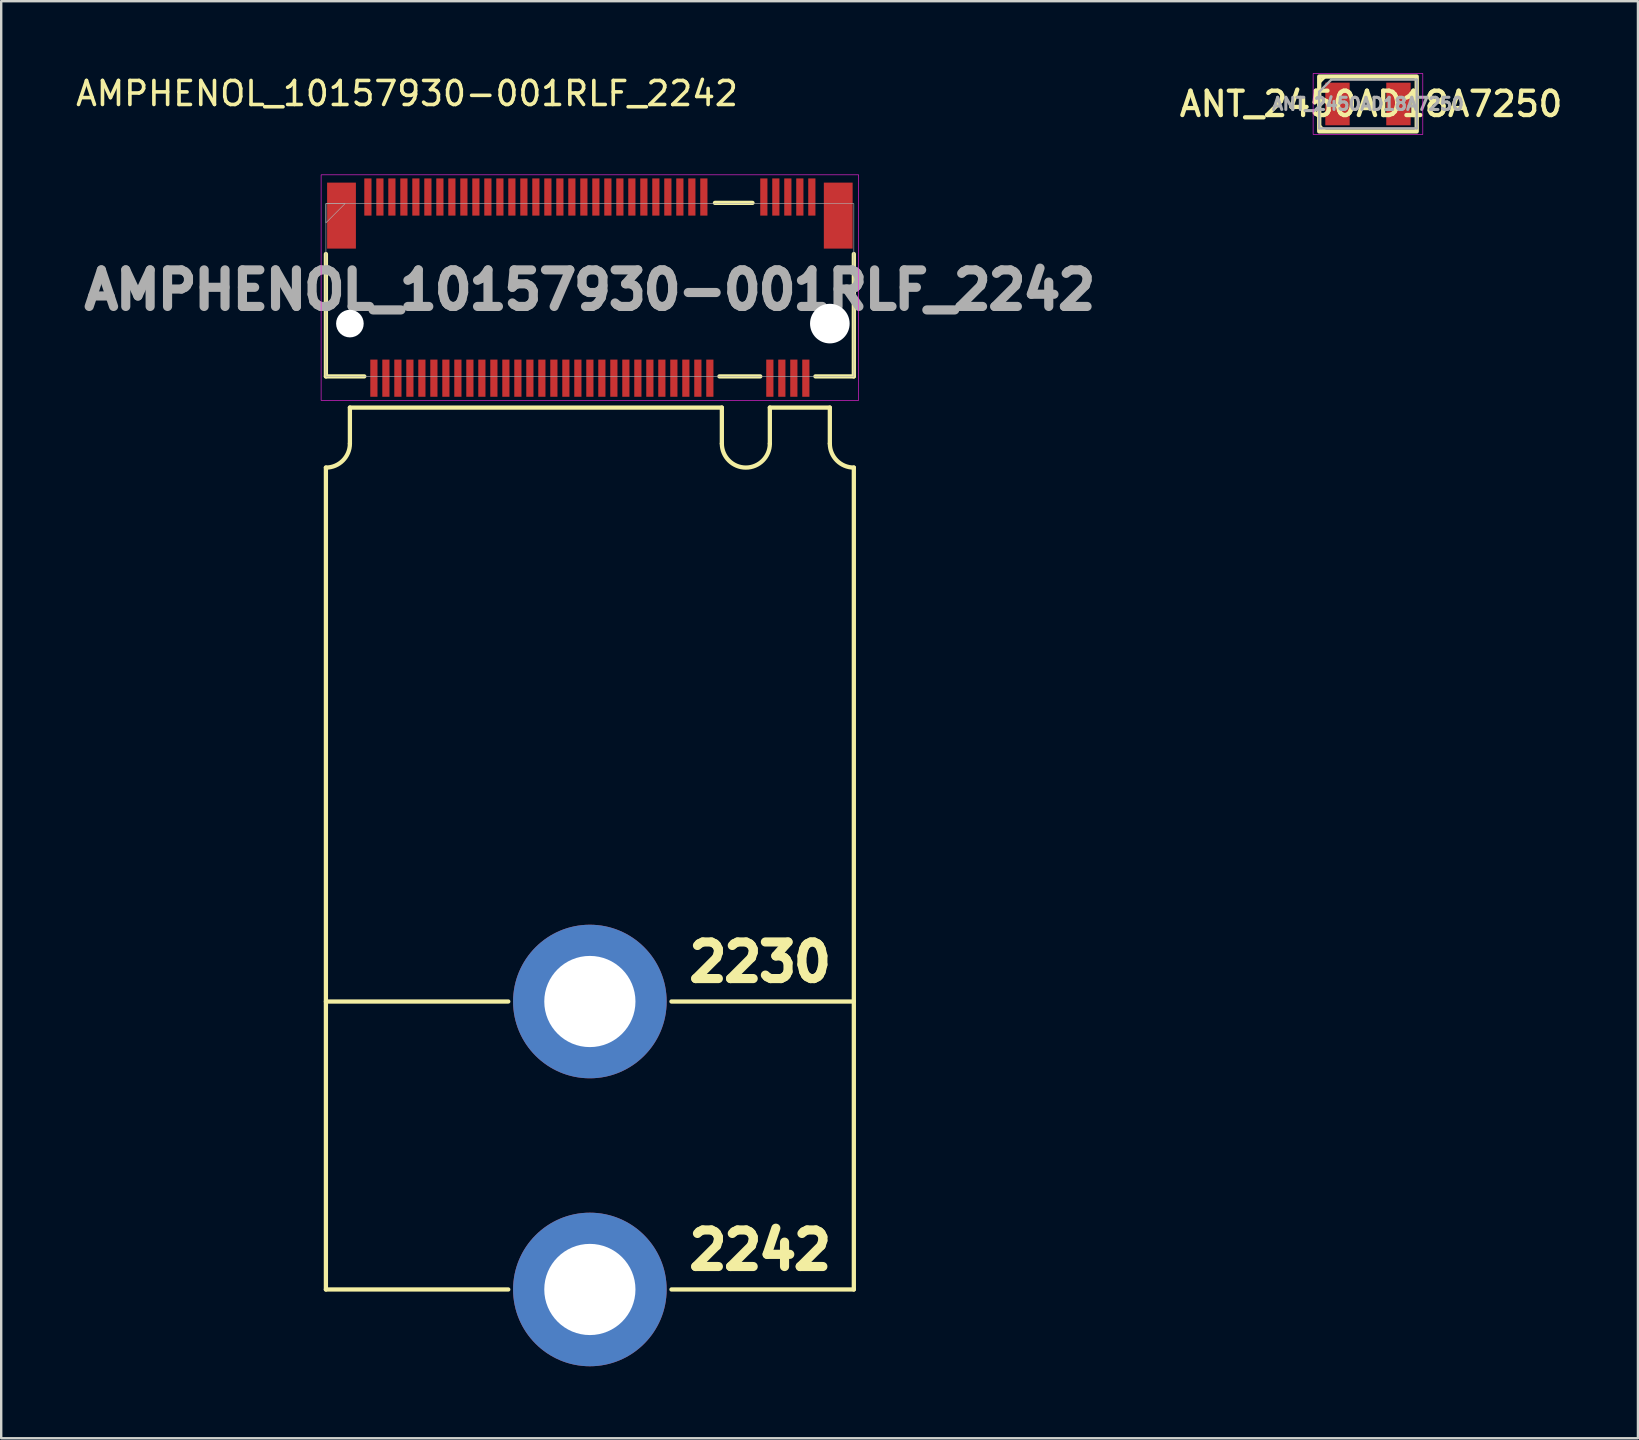
<source format=kicad_pcb>
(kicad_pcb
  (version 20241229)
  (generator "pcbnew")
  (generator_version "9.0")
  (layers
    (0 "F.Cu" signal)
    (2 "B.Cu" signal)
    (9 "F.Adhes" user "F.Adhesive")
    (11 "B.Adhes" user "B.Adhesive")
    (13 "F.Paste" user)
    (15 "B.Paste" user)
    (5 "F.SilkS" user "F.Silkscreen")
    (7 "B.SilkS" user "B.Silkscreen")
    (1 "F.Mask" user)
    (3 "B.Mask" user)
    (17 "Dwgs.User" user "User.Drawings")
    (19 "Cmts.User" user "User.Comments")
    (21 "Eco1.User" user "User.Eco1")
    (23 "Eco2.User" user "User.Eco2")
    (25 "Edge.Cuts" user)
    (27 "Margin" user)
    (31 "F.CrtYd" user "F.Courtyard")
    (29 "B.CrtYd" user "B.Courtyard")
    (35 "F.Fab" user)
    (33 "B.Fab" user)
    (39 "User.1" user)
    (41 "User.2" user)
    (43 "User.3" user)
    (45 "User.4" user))
  (footprint "AMPHENOL_10157930-001RLF_2242"
    (layer "F.Cu")
    (at 21.531 10.435)
    (property "Reference" "AMPHENOL_10157930-001RLF_2242" (at -7.62 -9.587 0) (layer "F.SilkS") (effects (font (size 1 1) (thickness 0.15))))
    (attr smd)
    (fp_line (start -11 2.2) (end -11 -2.9) (stroke (width 0.178) (type solid)) (layer "F.SilkS"))
    (fp_line (start -11 40.25) (end -11 6) (stroke (width 0.178) (type solid)) (layer "F.SilkS"))
    (fp_line (start -10 3.5) (end 5.5 3.5) (stroke (width 0.178) (type solid)) (layer "F.SilkS"))
    (fp_line (start -10 5) (end -10 3.5) (stroke (width 0.178) (type solid)) (layer "F.SilkS"))
    (fp_line (start -9.4 2.2) (end -11 2.2) (stroke (width 0.178) (type solid)) (layer "F.SilkS"))
    (fp_line (start -3.4 28.25) (end -11 28.25) (stroke (width 0.178) (type solid)) (layer "F.SilkS"))
    (fp_line (start -3.4 40.25) (end -11 40.25) (stroke (width 0.178) (type solid)) (layer "F.SilkS"))
    (fp_line (start 5.213 -5.03) (end 6.777 -5.03) (stroke (width 0.178) (type solid)) (layer "F.SilkS"))
    (fp_line (start 5.4 2.2) (end 7.1 2.2) (stroke (width 0.178) (type solid)) (layer "F.SilkS"))
    (fp_line (start 5.5 5) (end 5.5 3.5) (stroke (width 0.178) (type solid)) (layer "F.SilkS"))
    (fp_line (start 7.5 3.5) (end 10 3.5) (stroke (width 0.178) (type solid)) (layer "F.SilkS"))
    (fp_line (start 7.5 5) (end 7.5 3.5) (stroke (width 0.178) (type solid)) (layer "F.SilkS"))
    (fp_line (start 10 5) (end 10 3.5) (stroke (width 0.178) (type solid)) (layer "F.SilkS"))
    (fp_line (start 11 -2.9) (end 11 2.2) (stroke (width 0.178) (type solid)) (layer "F.SilkS"))
    (fp_line (start 11 2.2) (end 9.4 2.2) (stroke (width 0.178) (type solid)) (layer "F.SilkS"))
    (fp_line (start 11 28.25) (end 3.4 28.25) (stroke (width 0.178) (type solid)) (layer "F.SilkS"))
    (fp_line (start 11 40.25) (end 3.4 40.25) (stroke (width 0.178) (type solid)) (layer "F.SilkS"))
    (fp_line (start 11 40.25) (end 11 6) (stroke (width 0.178) (type solid)) (layer "F.SilkS"))
    (fp_arc (start -10 5) (mid -10.292893 5.707107) (end -11 6) (stroke (width 0.1778) (type solid)) (layer "F.SilkS"))
    (fp_arc (start 7.5 5) (mid 6.5 6) (end 5.5 5) (stroke (width 0.1778) (type solid)) (layer "F.SilkS"))
    (fp_arc (start 11 6) (mid 10.292893 5.707107) (end 10 5) (stroke (width 0.1778) (type solid)) (layer "F.SilkS"))
    (fp_rect (start -11.2 -6.2) (end 11.2 3.2) (stroke (width 0.025) (type solid)) (fill no) (layer "F.CrtYd"))
    (fp_rect (start -11 -5) (end 11 2.2) (stroke (width 0.025) (type solid)) (fill no) (layer "F.Fab"))
    (fp_poly (pts (xy -11 -5) (xy -11 -4.2) (xy -10.2 -5)) (stroke (width 0.025) (type solid)) (fill no) (layer "F.Fab"))
    (fp_text user "2242" (at 10.25 39.5 0) (unlocked yes) (layer "F.SilkS") (effects (font (size 1.524 1.524) (thickness 0.381) (bold yes)) (justify right bottom)))
    (fp_text user "2230" (at 10.25 27.5 0) (unlocked yes) (layer "F.SilkS") (effects (font (size 1.524 1.524) (thickness 0.381) (bold yes)) (justify right bottom)))
    (fp_text user "${REFERENCE}" (at 0 -1.4 0) (unlocked yes) (layer "F.Fab") (effects (font (size 1.524 1.524) (thickness 0.381) (bold yes))))
    (pad "" np_thru_hole circle (at -10 0) (size 1.15 1.15) (drill 1.15) (layers "*.Cu" "*.Mask"))
    (pad "" np_thru_hole circle (at 10 0) (size 1.65 1.65) (drill 1.65) (layers "*.Cu" "*.Mask"))
    (pad "1" smd rect (at -9.25 -5.275) (size 0.3 1.55) (layers "F.Cu" "F.Mask" "F.Paste"))
    (pad "2" smd rect (at -9 2.275) (size 0.3 1.55) (layers "F.Cu" "F.Mask" "F.Paste"))
    (pad "3" smd rect (at -8.75 -5.275) (size 0.3 1.55) (layers "F.Cu" "F.Mask" "F.Paste"))
    (pad "4" smd rect (at -8.5 2.275) (size 0.3 1.55) (layers "F.Cu" "F.Mask" "F.Paste"))
    (pad "5" smd rect (at -8.25 -5.275) (size 0.3 1.55) (layers "F.Cu" "F.Mask" "F.Paste"))
    (pad "6" smd rect (at -8 2.275) (size 0.3 1.55) (layers "F.Cu" "F.Mask" "F.Paste"))
    (pad "7" smd rect (at -7.75 -5.275) (size 0.3 1.55) (layers "F.Cu" "F.Mask" "F.Paste"))
    (pad "8" smd rect (at -7.5 2.275) (size 0.3 1.55) (layers "F.Cu" "F.Mask" "F.Paste"))
    (pad "9" smd rect (at -7.25 -5.275) (size 0.3 1.55) (layers "F.Cu" "F.Mask" "F.Paste"))
    (pad "10" smd rect (at -7 2.275) (size 0.3 1.55) (layers "F.Cu" "F.Mask" "F.Paste"))
    (pad "11" smd rect (at -6.75 -5.275) (size 0.3 1.55) (layers "F.Cu" "F.Mask" "F.Paste"))
    (pad "12" smd rect (at -6.5 2.275) (size 0.3 1.55) (layers "F.Cu" "F.Mask" "F.Paste"))
    (pad "13" smd rect (at -6.25 -5.275) (size 0.3 1.55) (layers "F.Cu" "F.Mask" "F.Paste"))
    (pad "14" smd rect (at -6 2.275) (size 0.3 1.55) (layers "F.Cu" "F.Mask" "F.Paste"))
    (pad "15" smd rect (at -5.75 -5.275) (size 0.3 1.55) (layers "F.Cu" "F.Mask" "F.Paste"))
    (pad "16" smd rect (at -5.5 2.275) (size 0.3 1.55) (layers "F.Cu" "F.Mask" "F.Paste"))
    (pad "17" smd rect (at -5.25 -5.275) (size 0.3 1.55) (layers "F.Cu" "F.Mask" "F.Paste"))
    (pad "18" smd rect (at -5 2.275) (size 0.3 1.55) (layers "F.Cu" "F.Mask" "F.Paste"))
    (pad "19" smd rect (at -4.75 -5.275) (size 0.3 1.55) (layers "F.Cu" "F.Mask" "F.Paste"))
    (pad "20" smd rect (at -4.5 2.275) (size 0.3 1.55) (layers "F.Cu" "F.Mask" "F.Paste"))
    (pad "21" smd rect (at -4.25 -5.275) (size 0.3 1.55) (layers "F.Cu" "F.Mask" "F.Paste"))
    (pad "22" smd rect (at -4 2.275) (size 0.3 1.55) (layers "F.Cu" "F.Mask" "F.Paste"))
    (pad "23" smd rect (at -3.75 -5.275) (size 0.3 1.55) (layers "F.Cu" "F.Mask" "F.Paste"))
    (pad "24" smd rect (at -3.5 2.275) (size 0.3 1.55) (layers "F.Cu" "F.Mask" "F.Paste"))
    (pad "25" smd rect (at -3.25 -5.275) (size 0.3 1.55) (layers "F.Cu" "F.Mask" "F.Paste"))
    (pad "26" smd rect (at -3 2.275) (size 0.3 1.55) (layers "F.Cu" "F.Mask" "F.Paste"))
    (pad "27" smd rect (at -2.75 -5.275) (size 0.3 1.55) (layers "F.Cu" "F.Mask" "F.Paste"))
    (pad "28" smd rect (at -2.5 2.275) (size 0.3 1.55) (layers "F.Cu" "F.Mask" "F.Paste"))
    (pad "29" smd rect (at -2.25 -5.275) (size 0.3 1.55) (layers "F.Cu" "F.Mask" "F.Paste"))
    (pad "30" smd rect (at -2 2.275) (size 0.3 1.55) (layers "F.Cu" "F.Mask" "F.Paste"))
    (pad "31" smd rect (at -1.75 -5.275) (size 0.3 1.55) (layers "F.Cu" "F.Mask" "F.Paste"))
    (pad "32" smd rect (at -1.5 2.275) (size 0.3 1.55) (layers "F.Cu" "F.Mask" "F.Paste"))
    (pad "33" smd rect (at -1.25 -5.275) (size 0.3 1.55) (layers "F.Cu" "F.Mask" "F.Paste"))
    (pad "34" smd rect (at -1 2.275) (size 0.3 1.55) (layers "F.Cu" "F.Mask" "F.Paste"))
    (pad "35" smd rect (at -0.75 -5.275) (size 0.3 1.55) (layers "F.Cu" "F.Mask" "F.Paste"))
    (pad "36" smd rect (at -0.5 2.275) (size 0.3 1.55) (layers "F.Cu" "F.Mask" "F.Paste"))
    (pad "37" smd rect (at -0.25 -5.275) (size 0.3 1.55) (layers "F.Cu" "F.Mask" "F.Paste"))
    (pad "38" smd rect (at 0 2.275) (size 0.3 1.55) (layers "F.Cu" "F.Mask" "F.Paste"))
    (pad "39" smd rect (at 0.25 -5.275) (size 0.3 1.55) (layers "F.Cu" "F.Mask" "F.Paste"))
    (pad "40" smd rect (at 0.5 2.275) (size 0.3 1.55) (layers "F.Cu" "F.Mask" "F.Paste"))
    (pad "41" smd rect (at 0.75 -5.275) (size 0.3 1.55) (layers "F.Cu" "F.Mask" "F.Paste"))
    (pad "42" smd rect (at 1 2.275) (size 0.3 1.55) (layers "F.Cu" "F.Mask" "F.Paste"))
    (pad "43" smd rect (at 1.25 -5.275) (size 0.3 1.55) (layers "F.Cu" "F.Mask" "F.Paste"))
    (pad "44" smd rect (at 1.5 2.275) (size 0.3 1.55) (layers "F.Cu" "F.Mask" "F.Paste"))
    (pad "45" smd rect (at 1.75 -5.275) (size 0.3 1.55) (layers "F.Cu" "F.Mask" "F.Paste"))
    (pad "46" smd rect (at 2 2.275) (size 0.3 1.55) (layers "F.Cu" "F.Mask" "F.Paste"))
    (pad "47" smd rect (at 2.25 -5.275) (size 0.3 1.55) (layers "F.Cu" "F.Mask" "F.Paste"))
    (pad "48" smd rect (at 2.5 2.275) (size 0.3 1.55) (layers "F.Cu" "F.Mask" "F.Paste"))
    (pad "49" smd rect (at 2.75 -5.275) (size 0.3 1.55) (layers "F.Cu" "F.Mask" "F.Paste"))
    (pad "50" smd rect (at 3 2.275) (size 0.3 1.55) (layers "F.Cu" "F.Mask" "F.Paste"))
    (pad "51" smd rect (at 3.25 -5.275) (size 0.3 1.55) (layers "F.Cu" "F.Mask" "F.Paste"))
    (pad "52" smd rect (at 3.5 2.275) (size 0.3 1.55) (layers "F.Cu" "F.Mask" "F.Paste"))
    (pad "53" smd rect (at 3.75 -5.275) (size 0.3 1.55) (layers "F.Cu" "F.Mask" "F.Paste"))
    (pad "54" smd rect (at 4 2.275) (size 0.3 1.55) (layers "F.Cu" "F.Mask" "F.Paste"))
    (pad "55" smd rect (at 4.25 -5.275) (size 0.3 1.55) (layers "F.Cu" "F.Mask" "F.Paste"))
    (pad "56" smd rect (at 4.5 2.275) (size 0.3 1.55) (layers "F.Cu" "F.Mask" "F.Paste"))
    (pad "57" smd rect (at 4.75 -5.275) (size 0.3 1.55) (layers "F.Cu" "F.Mask" "F.Paste"))
    (pad "58" smd rect (at 5 2.275) (size 0.3 1.55) (layers "F.Cu" "F.Mask" "F.Paste"))
    (pad "67" smd rect (at 7.25 -5.275) (size 0.3 1.55) (layers "F.Cu" "F.Mask" "F.Paste"))
    (pad "68" smd rect (at 7.5 2.275) (size 0.3 1.55) (layers "F.Cu" "F.Mask" "F.Paste"))
    (pad "69" smd rect (at 7.75 -5.275) (size 0.3 1.55) (layers "F.Cu" "F.Mask" "F.Paste"))
    (pad "70" smd rect (at 8 2.275) (size 0.3 1.55) (layers "F.Cu" "F.Mask" "F.Paste"))
    (pad "71" smd rect (at 8.25 -5.275) (size 0.3 1.55) (layers "F.Cu" "F.Mask" "F.Paste"))
    (pad "72" smd rect (at 8.5 2.275) (size 0.3 1.55) (layers "F.Cu" "F.Mask" "F.Paste"))
    (pad "73" smd rect (at 8.75 -5.275) (size 0.3 1.55) (layers "F.Cu" "F.Mask" "F.Paste"))
    (pad "74" smd rect (at 9 2.275) (size 0.3 1.55) (layers "F.Cu" "F.Mask" "F.Paste"))
    (pad "75" smd rect (at 9.25 -5.275) (size 0.3 1.55) (layers "F.Cu" "F.Mask" "F.Paste"))
    (pad "SH" smd rect (at -10.35 -4.5) (size 1.2 2.75) (layers "F.Cu" "F.Mask" "F.Paste"))
    (pad "SH" thru_hole circle (at 0 28.25) (size 6.4 6.4) (drill 3.8) (layers "*.Cu" "*.Mask"))
    (pad "SH" thru_hole circle (at 0 40.25) (size 6.4 6.4) (drill 3.8) (layers "*.Cu" "*.Mask"))
    (pad "SH" smd rect (at 10.35 -4.5) (size 1.2 2.75) (layers "F.Cu" "F.Mask" "F.Paste")))
  (footprint "ANT_2450AD18A7250"
    (layer "F.Cu")
    (at 53.956 1.283)
    (property "Reference" "ANT_2450AD18A7250" (at 0.127 0 0) (layer "F.SilkS") (effects (font (size 1.016 1.016) (thickness 0.178))))
    (attr smd)
    (fp_line (start -2.032 -0.889) (end -1.778 -1.143) (stroke (width 0.12) (type solid)) (layer "F.SilkS"))
    (fp_line (start -2.032 0.889) (end -1.778 1.143) (stroke (width 0.12) (type solid)) (layer "F.SilkS"))
    (fp_rect (start -2.032 -1.143) (end 2.032 1.143) (stroke (width 0.178) (type solid)) (fill no) (layer "F.SilkS"))
    (fp_rect (start -2.286 -1.27) (end 2.286 1.27) (stroke (width 0.025) (type solid)) (fill no) (layer "F.CrtYd"))
    (fp_line (start -2.032 -0.508) (end -1.524 -1.016) (stroke (width 0.1) (type solid)) (layer "F.Fab"))
    (fp_line (start -2.032 1.016) (end -2.032 -0.508) (stroke (width 0.1) (type solid)) (layer "F.Fab"))
    (fp_line (start -1.524 -1.016) (end 2.032 -1.016) (stroke (width 0.1) (type solid)) (layer "F.Fab"))
    (fp_line (start 2.032 -1.016) (end 2.032 1.016) (stroke (width 0.1) (type solid)) (layer "F.Fab"))
    (fp_line (start 2.032 1.016) (end -2.032 1.016) (stroke (width 0.1) (type solid)) (layer "F.Fab"))
    (fp_text user "${REFERENCE}" (at 0 0 0) (layer "F.Fab") (effects (font (size 0.508 0.508) (thickness 0.127))))
    (pad "1" smd rect (at -1.27 0) (size 1.016 1.778) (layers "F.Cu" "F.Mask" "F.Paste"))
    (pad "2" smd rect (at 1.27 0) (size 1.016 1.778) (layers "F.Cu" "F.Mask" "F.Paste")))
  (gr_rect
    (start -3 -3)
    (end 65.207 56.885)
    (stroke (width 0.1) (type default))
    (fill no)
    (layer "Edge.Cuts")))
</source>
